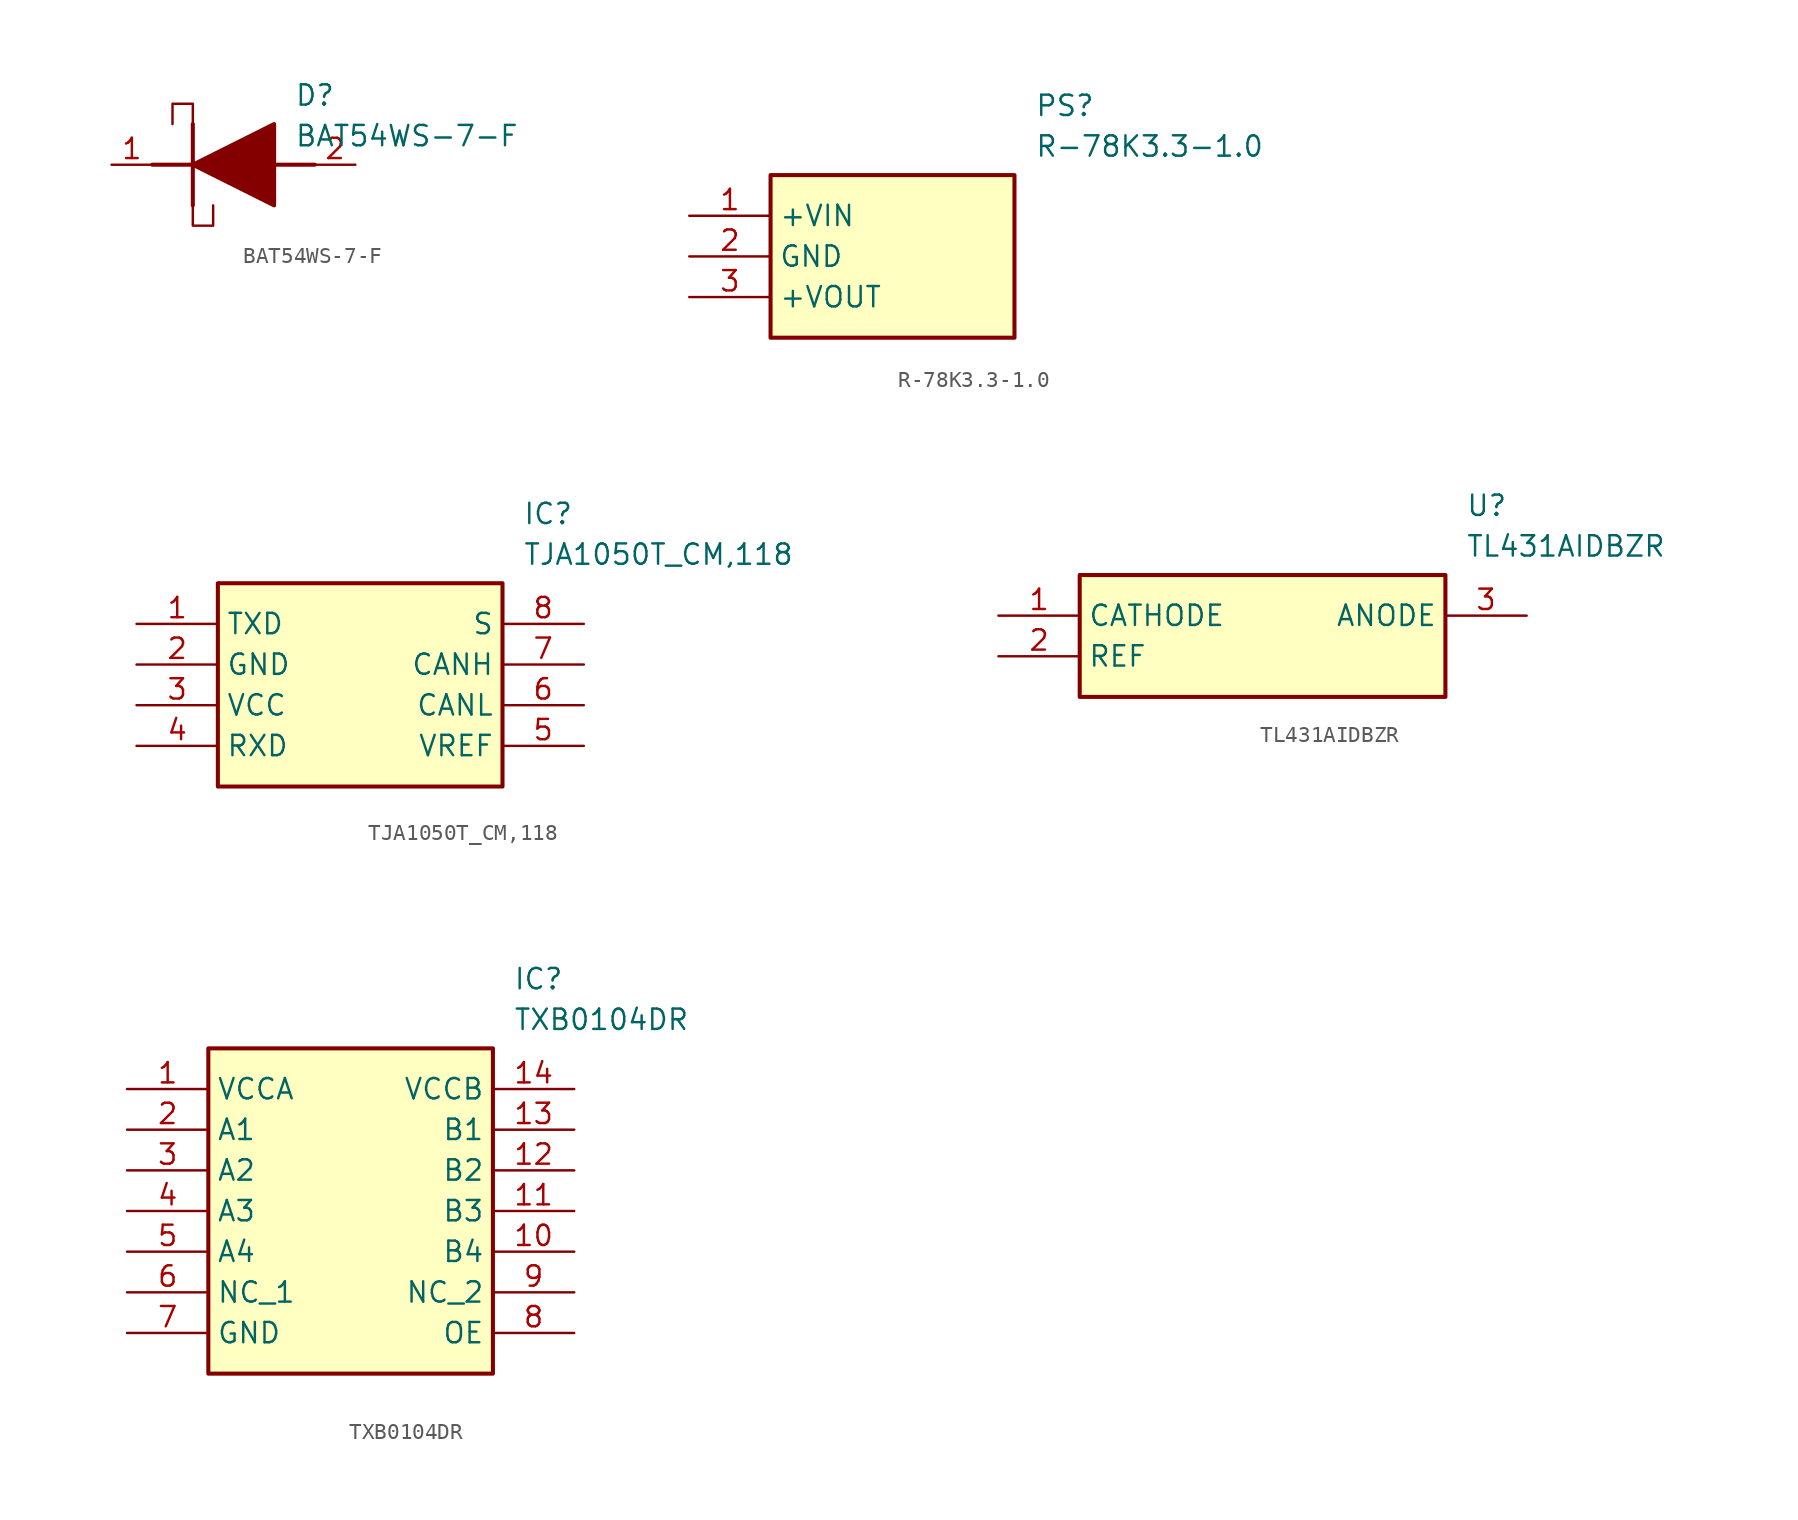
<source format=kicad_sym>
(kicad_symbol_lib
  (version 20241209)
  (generator "kicad_symbol_editor")
  (generator_version "9.0")
  (symbol "BAT54WS-7-F"
    (pin_names
      (hide yes))
    (property "Reference" "D"
      (at 11.43 5.08 0)
      (effects (font (size 1.27 1.27)) (justify left top)))
    (property "Value" "BAT54WS-7-F"
      (at 11.43 2.54 0)
      (effects (font (size 1.27 1.27)) (justify left top)))
    (symbol "BAT54WS-7-F_0_1"
      (polyline (pts (xy 5.08 2.54) (xy 5.08 3.81) (xy 3.81 3.81) (xy 3.81 2.54)) (stroke (width 0) (type default)) (fill (type none)))
      (polyline (pts (xy 5.08 -2.54) (xy 5.08 -3.81) (xy 6.35 -3.81) (xy 6.35 -2.54)) (stroke (width 0) (type default)) (fill (type none))))
    (symbol "BAT54WS-7-F_1_1"
      (polyline (pts (xy 2.54 0) (xy 5.08 0)) (stroke (width 0.254) (type default)) (fill (type none)))
      (polyline (pts (xy 5.08 2.54) (xy 5.08 -2.54)) (stroke (width 0.254) (type default)) (fill (type none)))
      (polyline (pts (xy 5.08 0) (xy 10.16 2.54) (xy 10.16 -2.54) (xy 5.08 0)) (stroke (width 0.254) (type default)) (fill (type outline)))
      (polyline (pts (xy 10.16 0) (xy 12.7 0)) (stroke (width 0.254) (type default)) (fill (type none)))
      (pin passive line (at 0 0 0) (length 2.54) (name "K" (effects (font (size 1.27 1.27)))) (number "1" (effects (font (size 1.27 1.27)))))
      (pin passive line (at 15.24 0 180) (length 2.54) (name "A" (effects (font (size 1.27 1.27)))) (number "2" (effects (font (size 1.27 1.27)))))))
  (symbol "R-78K3.3-1.0"
    (property "Reference" "PS"
      (at 21.59 7.62 0)
      (effects (font (size 1.27 1.27)) (justify left top)))
    (property "Value" "R-78K3.3-1.0"
      (at 21.59 5.08 0)
      (effects (font (size 1.27 1.27)) (justify left top)))
    (symbol "R-78K3.3-1.0_1_1"
      (rectangle (start 5.08 2.54) (end 20.32 -7.62) (stroke (width 0.254) (type default)) (fill (type background)))
      (pin passive line (at 0 0 0) (length 5.08) (name "+VIN" (effects (font (size 1.27 1.27)))) (number "1" (effects (font (size 1.27 1.27)))))
      (pin passive line (at 0 -2.54 0) (length 5.08) (name "GND" (effects (font (size 1.27 1.27)))) (number "2" (effects (font (size 1.27 1.27)))))
      (pin passive line (at 0 -5.08 0) (length 5.08) (name "+VOUT" (effects (font (size 1.27 1.27)))) (number "3" (effects (font (size 1.27 1.27)))))))
  (symbol "TJA1050T_CM,118"
    (property "Reference" "IC"
      (at 24.13 7.62 0)
      (effects (font (size 1.27 1.27)) (justify left top)))
    (property "Value" "TJA1050T_CM,118"
      (at 24.13 5.08 0)
      (effects (font (size 1.27 1.27)) (justify left top)))
    (symbol "TJA1050T_CM,118_1_1"
      (rectangle (start 5.08 2.54) (end 22.86 -10.16) (stroke (width 0.254) (type default)) (fill (type background)))
      (pin passive line (at 0 0 0) (length 5.08) (name "TXD" (effects (font (size 1.27 1.27)))) (number "1" (effects (font (size 1.27 1.27)))))
      (pin passive line (at 0 -2.54 0) (length 5.08) (name "GND" (effects (font (size 1.27 1.27)))) (number "2" (effects (font (size 1.27 1.27)))))
      (pin passive line (at 0 -5.08 0) (length 5.08) (name "VCC" (effects (font (size 1.27 1.27)))) (number "3" (effects (font (size 1.27 1.27)))))
      (pin passive line (at 0 -7.62 0) (length 5.08) (name "RXD" (effects (font (size 1.27 1.27)))) (number "4" (effects (font (size 1.27 1.27)))))
      (pin passive line (at 27.94 0 180) (length 5.08) (name "S" (effects (font (size 1.27 1.27)))) (number "8" (effects (font (size 1.27 1.27)))))
      (pin passive line (at 27.94 -2.54 180) (length 5.08) (name "CANH" (effects (font (size 1.27 1.27)))) (number "7" (effects (font (size 1.27 1.27)))))
      (pin passive line (at 27.94 -5.08 180) (length 5.08) (name "CANL" (effects (font (size 1.27 1.27)))) (number "6" (effects (font (size 1.27 1.27)))))
      (pin passive line (at 27.94 -7.62 180) (length 5.08) (name "VREF" (effects (font (size 1.27 1.27)))) (number "5" (effects (font (size 1.27 1.27)))))))
  (symbol "TL431AIDBZR"
    (property "Reference" "U"
      (at 29.21 7.62 0)
      (effects (font (size 1.27 1.27)) (justify left top)))
    (property "Value" "TL431AIDBZR"
      (at 29.21 5.08 0)
      (effects (font (size 1.27 1.27)) (justify left top)))
    (symbol "TL431AIDBZR_1_1"
      (rectangle (start 5.08 2.54) (end 27.94 -5.08) (stroke (width 0.254) (type default)) (fill (type background)))
      (pin passive line (at 0 0 0) (length 5.08) (name "CATHODE" (effects (font (size 1.27 1.27)))) (number "1" (effects (font (size 1.27 1.27)))))
      (pin passive line (at 0 -2.54 0) (length 5.08) (name "REF" (effects (font (size 1.27 1.27)))) (number "2" (effects (font (size 1.27 1.27)))))
      (pin passive line (at 33.02 0 180) (length 5.08) (name "ANODE" (effects (font (size 1.27 1.27)))) (number "3" (effects (font (size 1.27 1.27)))))))
  (symbol "TXB0104DR"
    (property "Reference" "IC"
      (at 24.13 7.62 0)
      (effects (font (size 1.27 1.27)) (justify left top)))
    (property "Value" "TXB0104DR"
      (at 24.13 5.08 0)
      (effects (font (size 1.27 1.27)) (justify left top)))
    (symbol "TXB0104DR_1_1"
      (rectangle (start 5.08 2.54) (end 22.86 -17.78) (stroke (width 0.254) (type default)) (fill (type background)))
      (pin passive line (at 0 0 0) (length 5.08) (name "VCCA" (effects (font (size 1.27 1.27)))) (number "1" (effects (font (size 1.27 1.27)))))
      (pin passive line (at 0 -2.54 0) (length 5.08) (name "A1" (effects (font (size 1.27 1.27)))) (number "2" (effects (font (size 1.27 1.27)))))
      (pin passive line (at 0 -5.08 0) (length 5.08) (name "A2" (effects (font (size 1.27 1.27)))) (number "3" (effects (font (size 1.27 1.27)))))
      (pin passive line (at 0 -7.62 0) (length 5.08) (name "A3" (effects (font (size 1.27 1.27)))) (number "4" (effects (font (size 1.27 1.27)))))
      (pin passive line (at 0 -10.16 0) (length 5.08) (name "A4" (effects (font (size 1.27 1.27)))) (number "5" (effects (font (size 1.27 1.27)))))
      (pin passive line (at 0 -12.7 0) (length 5.08) (name "NC_1" (effects (font (size 1.27 1.27)))) (number "6" (effects (font (size 1.27 1.27)))))
      (pin passive line (at 0 -15.24 0) (length 5.08) (name "GND" (effects (font (size 1.27 1.27)))) (number "7" (effects (font (size 1.27 1.27)))))
      (pin passive line (at 27.94 0 180) (length 5.08) (name "VCCB" (effects (font (size 1.27 1.27)))) (number "14" (effects (font (size 1.27 1.27)))))
      (pin passive line (at 27.94 -2.54 180) (length 5.08) (name "B1" (effects (font (size 1.27 1.27)))) (number "13" (effects (font (size 1.27 1.27)))))
      (pin passive line (at 27.94 -5.08 180) (length 5.08) (name "B2" (effects (font (size 1.27 1.27)))) (number "12" (effects (font (size 1.27 1.27)))))
      (pin passive line (at 27.94 -7.62 180) (length 5.08) (name "B3" (effects (font (size 1.27 1.27)))) (number "11" (effects (font (size 1.27 1.27)))))
      (pin passive line (at 27.94 -10.16 180) (length 5.08) (name "B4" (effects (font (size 1.27 1.27)))) (number "10" (effects (font (size 1.27 1.27)))))
      (pin passive line (at 27.94 -12.7 180) (length 5.08) (name "NC_2" (effects (font (size 1.27 1.27)))) (number "9" (effects (font (size 1.27 1.27)))))
      (pin passive line (at 27.94 -15.24 180) (length 5.08) (name "OE" (effects (font (size 1.27 1.27)))) (number "8" (effects (font (size 1.27 1.27))))))))
</source>
